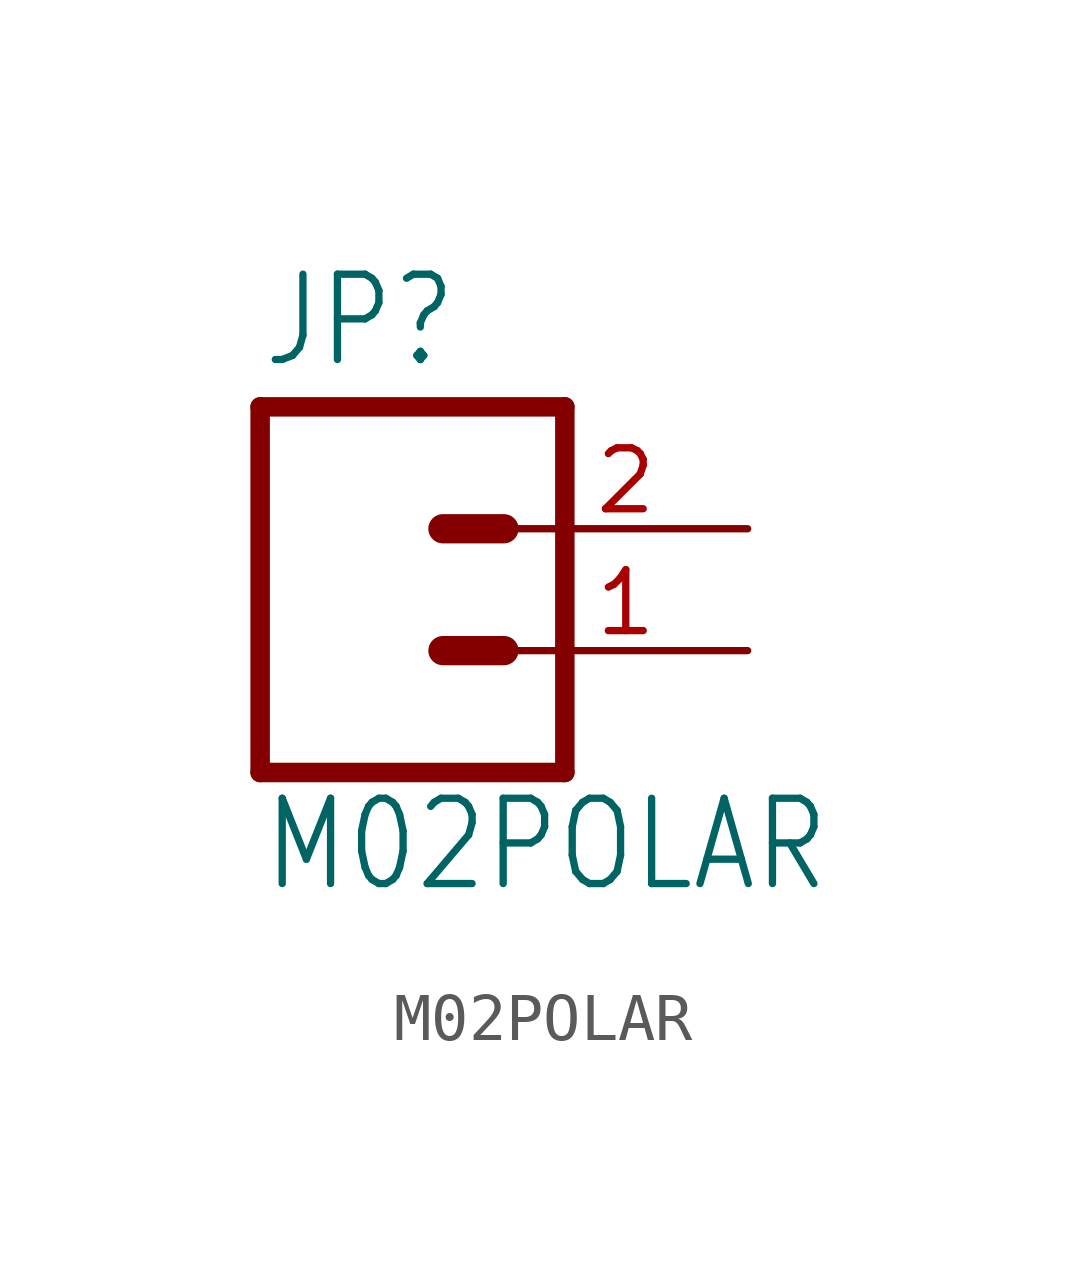
<source format=kicad_sym>
(kicad_symbol_lib
  (version 20211014)
  (generator kicad_symbol_editor)
  (symbol "M02POLAR"
    (property "Reference" "JP"
      (at -2.54 5.842 0)
      (effects (font (size 1.778 1.511)) (justify left bottom)))
    (property "Value" "M02POLAR"
      (at -2.54 -5.08 0)
      (effects (font (size 1.778 1.511)) (justify left bottom)))
    (property "ki_locked" ""
      (at 0 0 0)
      (effects (font (size 1.27 1.27))))
    (symbol "M02POLAR_1_0"
      (polyline (pts (xy -2.54 5.08) (xy -2.54 -2.54)) (stroke (width 0.406) (type default) (color 0 0 0 0)) (fill (type none)))
      (polyline (pts (xy -2.54 5.08) (xy 3.81 5.08)) (stroke (width 0.406) (type default) (color 0 0 0 0)) (fill (type none)))
      (polyline (pts (xy 1.27 0) (xy 2.54 0)) (stroke (width 0.61) (type default) (color 0 0 0 0)) (fill (type none)))
      (polyline (pts (xy 1.27 2.54) (xy 2.54 2.54)) (stroke (width 0.61) (type default) (color 0 0 0 0)) (fill (type none)))
      (polyline (pts (xy 3.81 -2.54) (xy -2.54 -2.54)) (stroke (width 0.406) (type default) (color 0 0 0 0)) (fill (type none)))
      (polyline (pts (xy 3.81 -2.54) (xy 3.81 5.08)) (stroke (width 0.406) (type default) (color 0 0 0 0)) (fill (type none)))
      (pin passive line (at 7.62 0 180) (length 5.08) (name "1" (effects (font (size 0 0)))) (number "1" (effects (font (size 1.27 1.27)))))
      (pin passive line (at 7.62 2.54 180) (length 5.08) (name "2" (effects (font (size 0 0)))) (number "2" (effects (font (size 1.27 1.27))))))))
</source>
